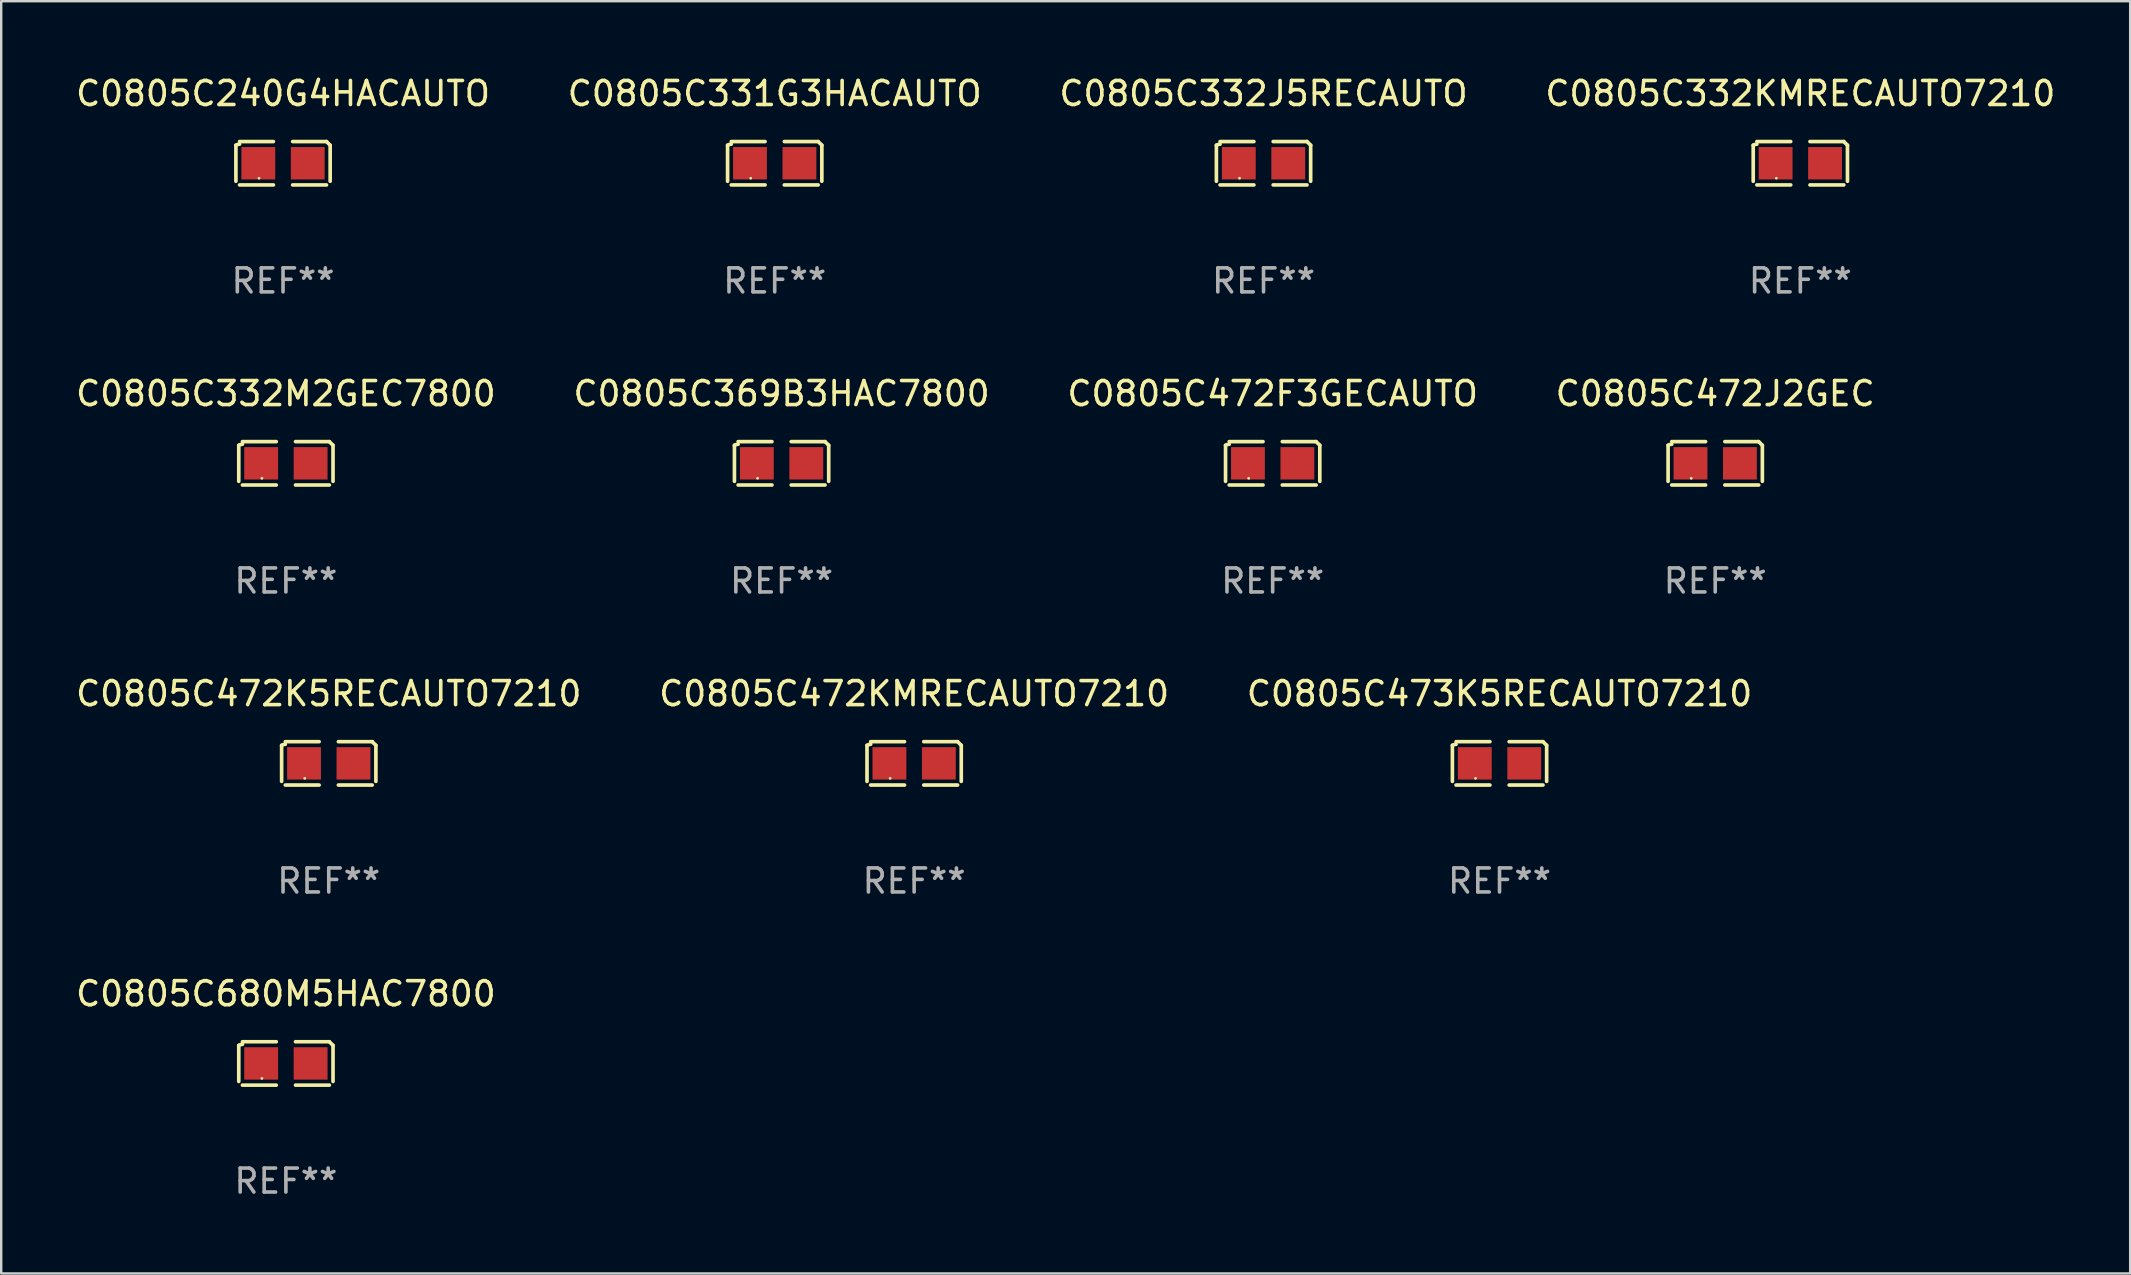
<source format=kicad_pcb>
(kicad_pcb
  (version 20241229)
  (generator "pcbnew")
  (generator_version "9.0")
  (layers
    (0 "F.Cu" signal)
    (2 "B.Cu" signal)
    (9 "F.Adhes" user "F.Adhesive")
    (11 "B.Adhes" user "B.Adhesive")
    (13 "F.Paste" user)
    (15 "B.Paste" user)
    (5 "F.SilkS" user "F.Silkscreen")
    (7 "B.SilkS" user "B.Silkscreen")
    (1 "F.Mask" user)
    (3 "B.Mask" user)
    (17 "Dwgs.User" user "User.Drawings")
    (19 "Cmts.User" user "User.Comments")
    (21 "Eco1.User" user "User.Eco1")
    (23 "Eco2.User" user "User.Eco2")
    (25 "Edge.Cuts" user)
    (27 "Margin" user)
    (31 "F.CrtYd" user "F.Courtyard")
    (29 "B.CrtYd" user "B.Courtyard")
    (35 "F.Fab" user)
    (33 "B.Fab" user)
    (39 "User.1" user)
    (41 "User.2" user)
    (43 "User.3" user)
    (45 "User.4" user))
  (footprint "C0805C331G3HACAUTO"
    (layer "F.Cu")
    (at 29.232 3.752)
    (property "Reference" "C0805C331G3HACAUTO" (at 0 -2.904 0) (layer "F.SilkS") (effects (font (size 1 1) (thickness 0.15))))
    (attr through_hole)
    (fp_line (start -1.964 0.751) (end -1.964 -0.751) (stroke (width 0.152) (type solid)) (layer "F.SilkS"))
    (fp_line (start -1.811 -0.904) (end -0.401 -0.904) (stroke (width 0.152) (type solid)) (layer "F.SilkS"))
    (fp_line (start -0.401 0.904) (end -1.811 0.904) (stroke (width 0.152) (type solid)) (layer "F.SilkS"))
    (fp_line (start 0.401 0.904) (end 1.811 0.904) (stroke (width 0.152) (type solid)) (layer "F.SilkS"))
    (fp_line (start 1.811 -0.904) (end 0.401 -0.904) (stroke (width 0.152) (type solid)) (layer "F.SilkS"))
    (fp_line (start 1.964 0.751) (end 1.964 -0.751) (stroke (width 0.152) (type solid)) (layer "F.SilkS"))
    (fp_arc (start -1.963602 -0.751207) (mid -1.890354 -0.783131) (end -1.811201 -0.794044) (stroke (width 0.1524) (type solid)) (layer "F.SilkS"))
    (fp_arc (start 1.811202 -0.903607) (mid 1.887413 -0.827418) (end 1.963602 -0.751207) (stroke (width 0.1524) (type solid)) (layer "F.SilkS"))
    (fp_circle (center -1 0.625) (end -0.97 0.625) (stroke (width 0.06) (type solid)) (fill no) (layer "F.SilkS"))
    (fp_text user "REF**" (at 0 4.904 0) (layer "F.Fab") (effects (font (size 1 1) (thickness 0.15))))
    (pad "1" smd rect (at -1.03 0) (size 1.41 1.35) (layers "F.Cu" "F.Mask" "F.Paste"))
    (pad "2" smd rect (at 1.03 0) (size 1.41 1.35) (layers "F.Cu" "F.Mask" "F.Paste")))
  (footprint "C0805C332J5RECAUTO"
    (layer "F.Cu")
    (at 49.601 3.752)
    (property "Reference" "C0805C332J5RECAUTO" (at 0 -2.904 0) (layer "F.SilkS") (effects (font (size 1 1) (thickness 0.15))))
    (attr through_hole)
    (fp_line (start -1.964 0.751) (end -1.964 -0.751) (stroke (width 0.152) (type solid)) (layer "F.SilkS"))
    (fp_line (start -1.811 -0.904) (end -0.401 -0.904) (stroke (width 0.152) (type solid)) (layer "F.SilkS"))
    (fp_line (start -0.401 0.904) (end -1.811 0.904) (stroke (width 0.152) (type solid)) (layer "F.SilkS"))
    (fp_line (start 0.401 0.904) (end 1.811 0.904) (stroke (width 0.152) (type solid)) (layer "F.SilkS"))
    (fp_line (start 1.811 -0.904) (end 0.401 -0.904) (stroke (width 0.152) (type solid)) (layer "F.SilkS"))
    (fp_line (start 1.964 0.751) (end 1.964 -0.751) (stroke (width 0.152) (type solid)) (layer "F.SilkS"))
    (fp_arc (start -1.963602 -0.751207) (mid -1.890354 -0.783131) (end -1.811201 -0.794044) (stroke (width 0.1524) (type solid)) (layer "F.SilkS"))
    (fp_arc (start 1.811202 -0.903607) (mid 1.887413 -0.827418) (end 1.963602 -0.751207) (stroke (width 0.1524) (type solid)) (layer "F.SilkS"))
    (fp_circle (center -1 0.625) (end -0.97 0.625) (stroke (width 0.06) (type solid)) (fill no) (layer "F.SilkS"))
    (fp_text user "REF**" (at 0 4.904 0) (layer "F.Fab") (effects (font (size 1 1) (thickness 0.15))))
    (pad "1" smd rect (at -1.03 0) (size 1.41 1.35) (layers "F.Cu" "F.Mask" "F.Paste"))
    (pad "2" smd rect (at 1.03 0) (size 1.41 1.35) (layers "F.Cu" "F.Mask" "F.Paste")))
  (footprint "C0805C240G4HACAUTO"
    (layer "F.Cu")
    (at 8.744 3.752)
    (property "Reference" "C0805C240G4HACAUTO" (at 0 -2.904 0) (layer "F.SilkS") (effects (font (size 1 1) (thickness 0.15))))
    (attr through_hole)
    (fp_line (start -1.964 0.751) (end -1.964 -0.751) (stroke (width 0.152) (type solid)) (layer "F.SilkS"))
    (fp_line (start -1.811 -0.904) (end -0.401 -0.904) (stroke (width 0.152) (type solid)) (layer "F.SilkS"))
    (fp_line (start -0.401 0.904) (end -1.811 0.904) (stroke (width 0.152) (type solid)) (layer "F.SilkS"))
    (fp_line (start 0.401 0.904) (end 1.811 0.904) (stroke (width 0.152) (type solid)) (layer "F.SilkS"))
    (fp_line (start 1.811 -0.904) (end 0.401 -0.904) (stroke (width 0.152) (type solid)) (layer "F.SilkS"))
    (fp_line (start 1.964 0.751) (end 1.964 -0.751) (stroke (width 0.152) (type solid)) (layer "F.SilkS"))
    (fp_arc (start -1.963602 -0.751207) (mid -1.890354 -0.783131) (end -1.811201 -0.794044) (stroke (width 0.1524) (type solid)) (layer "F.SilkS"))
    (fp_arc (start 1.811202 -0.903607) (mid 1.887413 -0.827418) (end 1.963602 -0.751207) (stroke (width 0.1524) (type solid)) (layer "F.SilkS"))
    (fp_circle (center -1 0.625) (end -0.97 0.625) (stroke (width 0.06) (type solid)) (fill no) (layer "F.SilkS"))
    (fp_text user "REF**" (at 0 4.904 0) (layer "F.Fab") (effects (font (size 1 1) (thickness 0.15))))
    (pad "1" smd rect (at -1.03 0) (size 1.41 1.35) (layers "F.Cu" "F.Mask" "F.Paste"))
    (pad "2" smd rect (at 1.03 0) (size 1.41 1.35) (layers "F.Cu" "F.Mask" "F.Paste")))
  (footprint "C0805C369B3HAC7800"
    (layer "F.Cu")
    (at 29.518 16.256)
    (property "Reference" "C0805C369B3HAC7800" (at 0 -2.904 0) (layer "F.SilkS") (effects (font (size 1 1) (thickness 0.15))))
    (attr through_hole)
    (fp_line (start -1.964 0.751) (end -1.964 -0.751) (stroke (width 0.152) (type solid)) (layer "F.SilkS"))
    (fp_line (start -1.811 -0.904) (end -0.401 -0.904) (stroke (width 0.152) (type solid)) (layer "F.SilkS"))
    (fp_line (start -0.401 0.904) (end -1.811 0.904) (stroke (width 0.152) (type solid)) (layer "F.SilkS"))
    (fp_line (start 0.401 0.904) (end 1.811 0.904) (stroke (width 0.152) (type solid)) (layer "F.SilkS"))
    (fp_line (start 1.811 -0.904) (end 0.401 -0.904) (stroke (width 0.152) (type solid)) (layer "F.SilkS"))
    (fp_line (start 1.964 0.751) (end 1.964 -0.751) (stroke (width 0.152) (type solid)) (layer "F.SilkS"))
    (fp_arc (start -1.963602 -0.751207) (mid -1.890354 -0.783131) (end -1.811201 -0.794044) (stroke (width 0.1524) (type solid)) (layer "F.SilkS"))
    (fp_arc (start 1.811202 -0.903607) (mid 1.887413 -0.827418) (end 1.963602 -0.751207) (stroke (width 0.1524) (type solid)) (layer "F.SilkS"))
    (fp_circle (center -1 0.625) (end -0.97 0.625) (stroke (width 0.06) (type solid)) (fill no) (layer "F.SilkS"))
    (fp_text user "REF**" (at 0 4.904 0) (layer "F.Fab") (effects (font (size 1 1) (thickness 0.15))))
    (pad "1" smd rect (at -1.03 0) (size 1.41 1.35) (layers "F.Cu" "F.Mask" "F.Paste"))
    (pad "2" smd rect (at 1.03 0) (size 1.41 1.35) (layers "F.Cu" "F.Mask" "F.Paste")))
  (footprint "C0805C472F3GECAUTO"
    (layer "F.Cu")
    (at 49.982 16.256)
    (property "Reference" "C0805C472F3GECAUTO" (at 0 -2.904 0) (layer "F.SilkS") (effects (font (size 1 1) (thickness 0.15))))
    (attr through_hole)
    (fp_line (start -1.964 0.751) (end -1.964 -0.751) (stroke (width 0.152) (type solid)) (layer "F.SilkS"))
    (fp_line (start -1.811 -0.904) (end -0.401 -0.904) (stroke (width 0.152) (type solid)) (layer "F.SilkS"))
    (fp_line (start -0.401 0.904) (end -1.811 0.904) (stroke (width 0.152) (type solid)) (layer "F.SilkS"))
    (fp_line (start 0.401 0.904) (end 1.811 0.904) (stroke (width 0.152) (type solid)) (layer "F.SilkS"))
    (fp_line (start 1.811 -0.904) (end 0.401 -0.904) (stroke (width 0.152) (type solid)) (layer "F.SilkS"))
    (fp_line (start 1.964 0.751) (end 1.964 -0.751) (stroke (width 0.152) (type solid)) (layer "F.SilkS"))
    (fp_arc (start -1.963602 -0.751207) (mid -1.890354 -0.783131) (end -1.811201 -0.794044) (stroke (width 0.1524) (type solid)) (layer "F.SilkS"))
    (fp_arc (start 1.811202 -0.903607) (mid 1.887413 -0.827418) (end 1.963602 -0.751207) (stroke (width 0.1524) (type solid)) (layer "F.SilkS"))
    (fp_circle (center -1 0.625) (end -0.97 0.625) (stroke (width 0.06) (type solid)) (fill no) (layer "F.SilkS"))
    (fp_text user "REF**" (at 0 4.904 0) (layer "F.Fab") (effects (font (size 1 1) (thickness 0.15))))
    (pad "1" smd rect (at -1.03 0) (size 1.41 1.35) (layers "F.Cu" "F.Mask" "F.Paste"))
    (pad "2" smd rect (at 1.03 0) (size 1.41 1.35) (layers "F.Cu" "F.Mask" "F.Paste")))
  (footprint "C0805C472KMRECAUTO7210"
    (layer "F.Cu")
    (at 35.042 28.759)
    (property "Reference" "C0805C472KMRECAUTO7210" (at 0 -2.904 0) (layer "F.SilkS") (effects (font (size 1 1) (thickness 0.15))))
    (attr through_hole)
    (fp_line (start -1.964 0.751) (end -1.964 -0.751) (stroke (width 0.152) (type solid)) (layer "F.SilkS"))
    (fp_line (start -1.811 -0.904) (end -0.401 -0.904) (stroke (width 0.152) (type solid)) (layer "F.SilkS"))
    (fp_line (start -0.401 0.904) (end -1.811 0.904) (stroke (width 0.152) (type solid)) (layer "F.SilkS"))
    (fp_line (start 0.401 0.904) (end 1.811 0.904) (stroke (width 0.152) (type solid)) (layer "F.SilkS"))
    (fp_line (start 1.811 -0.904) (end 0.401 -0.904) (stroke (width 0.152) (type solid)) (layer "F.SilkS"))
    (fp_line (start 1.964 0.751) (end 1.964 -0.751) (stroke (width 0.152) (type solid)) (layer "F.SilkS"))
    (fp_arc (start -1.963602 -0.751207) (mid -1.890354 -0.783131) (end -1.811201 -0.794044) (stroke (width 0.1524) (type solid)) (layer "F.SilkS"))
    (fp_arc (start 1.811202 -0.903607) (mid 1.887413 -0.827418) (end 1.963602 -0.751207) (stroke (width 0.1524) (type solid)) (layer "F.SilkS"))
    (fp_circle (center -1 0.625) (end -0.97 0.625) (stroke (width 0.06) (type solid)) (fill no) (layer "F.SilkS"))
    (fp_text user "REF**" (at 0 4.904 0) (layer "F.Fab") (effects (font (size 1 1) (thickness 0.15))))
    (pad "1" smd rect (at -1.03 0) (size 1.41 1.35) (layers "F.Cu" "F.Mask" "F.Paste"))
    (pad "2" smd rect (at 1.03 0) (size 1.41 1.35) (layers "F.Cu" "F.Mask" "F.Paste")))
  (footprint "C0805C332KMRECAUTO7210"
    (layer "F.Cu")
    (at 71.97 3.752)
    (property "Reference" "C0805C332KMRECAUTO7210" (at 0 -2.904 0) (layer "F.SilkS") (effects (font (size 1 1) (thickness 0.15))))
    (attr through_hole)
    (fp_line (start -1.964 0.751) (end -1.964 -0.751) (stroke (width 0.152) (type solid)) (layer "F.SilkS"))
    (fp_line (start -1.811 -0.904) (end -0.401 -0.904) (stroke (width 0.152) (type solid)) (layer "F.SilkS"))
    (fp_line (start -0.401 0.904) (end -1.811 0.904) (stroke (width 0.152) (type solid)) (layer "F.SilkS"))
    (fp_line (start 0.401 0.904) (end 1.811 0.904) (stroke (width 0.152) (type solid)) (layer "F.SilkS"))
    (fp_line (start 1.811 -0.904) (end 0.401 -0.904) (stroke (width 0.152) (type solid)) (layer "F.SilkS"))
    (fp_line (start 1.964 0.751) (end 1.964 -0.751) (stroke (width 0.152) (type solid)) (layer "F.SilkS"))
    (fp_arc (start -1.963602 -0.751207) (mid -1.890354 -0.783131) (end -1.811201 -0.794044) (stroke (width 0.1524) (type solid)) (layer "F.SilkS"))
    (fp_arc (start 1.811202 -0.903607) (mid 1.887413 -0.827418) (end 1.963602 -0.751207) (stroke (width 0.1524) (type solid)) (layer "F.SilkS"))
    (fp_circle (center -1 0.625) (end -0.97 0.625) (stroke (width 0.06) (type solid)) (fill no) (layer "F.SilkS"))
    (fp_text user "REF**" (at 0 4.904 0) (layer "F.Fab") (effects (font (size 1 1) (thickness 0.15))))
    (pad "1" smd rect (at -1.03 0) (size 1.41 1.35) (layers "F.Cu" "F.Mask" "F.Paste"))
    (pad "2" smd rect (at 1.03 0) (size 1.41 1.35) (layers "F.Cu" "F.Mask" "F.Paste")))
  (footprint "C0805C473K5RECAUTO7210"
    (layer "F.Cu")
    (at 59.435 28.759)
    (property "Reference" "C0805C473K5RECAUTO7210" (at 0 -2.904 0) (layer "F.SilkS") (effects (font (size 1 1) (thickness 0.15))))
    (attr through_hole)
    (fp_line (start -1.964 0.751) (end -1.964 -0.751) (stroke (width 0.152) (type solid)) (layer "F.SilkS"))
    (fp_line (start -1.811 -0.904) (end -0.401 -0.904) (stroke (width 0.152) (type solid)) (layer "F.SilkS"))
    (fp_line (start -0.401 0.904) (end -1.811 0.904) (stroke (width 0.152) (type solid)) (layer "F.SilkS"))
    (fp_line (start 0.401 0.904) (end 1.811 0.904) (stroke (width 0.152) (type solid)) (layer "F.SilkS"))
    (fp_line (start 1.811 -0.904) (end 0.401 -0.904) (stroke (width 0.152) (type solid)) (layer "F.SilkS"))
    (fp_line (start 1.964 0.751) (end 1.964 -0.751) (stroke (width 0.152) (type solid)) (layer "F.SilkS"))
    (fp_arc (start -1.963602 -0.751207) (mid -1.890354 -0.783131) (end -1.811201 -0.794044) (stroke (width 0.1524) (type solid)) (layer "F.SilkS"))
    (fp_arc (start 1.811202 -0.903607) (mid 1.887413 -0.827418) (end 1.963602 -0.751207) (stroke (width 0.1524) (type solid)) (layer "F.SilkS"))
    (fp_circle (center -1 0.625) (end -0.97 0.625) (stroke (width 0.06) (type solid)) (fill no) (layer "F.SilkS"))
    (fp_text user "REF**" (at 0 4.904 0) (layer "F.Fab") (effects (font (size 1 1) (thickness 0.15))))
    (pad "1" smd rect (at -1.03 0) (size 1.41 1.35) (layers "F.Cu" "F.Mask" "F.Paste"))
    (pad "2" smd rect (at 1.03 0) (size 1.41 1.35) (layers "F.Cu" "F.Mask" "F.Paste")))
  (footprint "C0805C680M5HAC7800"
    (layer "F.Cu")
    (at 8.863 41.263)
    (property "Reference" "C0805C680M5HAC7800" (at 0 -2.904 0) (layer "F.SilkS") (effects (font (size 1 1) (thickness 0.15))))
    (attr through_hole)
    (fp_line (start -1.964 0.751) (end -1.964 -0.751) (stroke (width 0.152) (type solid)) (layer "F.SilkS"))
    (fp_line (start -1.811 -0.904) (end -0.401 -0.904) (stroke (width 0.152) (type solid)) (layer "F.SilkS"))
    (fp_line (start -0.401 0.904) (end -1.811 0.904) (stroke (width 0.152) (type solid)) (layer "F.SilkS"))
    (fp_line (start 0.401 0.904) (end 1.811 0.904) (stroke (width 0.152) (type solid)) (layer "F.SilkS"))
    (fp_line (start 1.811 -0.904) (end 0.401 -0.904) (stroke (width 0.152) (type solid)) (layer "F.SilkS"))
    (fp_line (start 1.964 0.751) (end 1.964 -0.751) (stroke (width 0.152) (type solid)) (layer "F.SilkS"))
    (fp_arc (start -1.963602 -0.751207) (mid -1.890354 -0.783131) (end -1.811201 -0.794044) (stroke (width 0.1524) (type solid)) (layer "F.SilkS"))
    (fp_arc (start 1.811202 -0.903607) (mid 1.887413 -0.827418) (end 1.963602 -0.751207) (stroke (width 0.1524) (type solid)) (layer "F.SilkS"))
    (fp_circle (center -1 0.625) (end -0.97 0.625) (stroke (width 0.06) (type solid)) (fill no) (layer "F.SilkS"))
    (fp_text user "REF**" (at 0 4.904 0) (layer "F.Fab") (effects (font (size 1 1) (thickness 0.15))))
    (pad "1" smd rect (at -1.03 0) (size 1.41 1.35) (layers "F.Cu" "F.Mask" "F.Paste"))
    (pad "2" smd rect (at 1.03 0) (size 1.41 1.35) (layers "F.Cu" "F.Mask" "F.Paste")))
  (footprint "C0805C332M2GEC7800"
    (layer "F.Cu")
    (at 8.863 16.256)
    (property "Reference" "C0805C332M2GEC7800" (at 0 -2.904 0) (layer "F.SilkS") (effects (font (size 1 1) (thickness 0.15))))
    (attr through_hole)
    (fp_line (start -1.964 0.751) (end -1.964 -0.751) (stroke (width 0.152) (type solid)) (layer "F.SilkS"))
    (fp_line (start -1.811 -0.904) (end -0.401 -0.904) (stroke (width 0.152) (type solid)) (layer "F.SilkS"))
    (fp_line (start -0.401 0.904) (end -1.811 0.904) (stroke (width 0.152) (type solid)) (layer "F.SilkS"))
    (fp_line (start 0.401 0.904) (end 1.811 0.904) (stroke (width 0.152) (type solid)) (layer "F.SilkS"))
    (fp_line (start 1.811 -0.904) (end 0.401 -0.904) (stroke (width 0.152) (type solid)) (layer "F.SilkS"))
    (fp_line (start 1.964 0.751) (end 1.964 -0.751) (stroke (width 0.152) (type solid)) (layer "F.SilkS"))
    (fp_arc (start -1.963602 -0.751207) (mid -1.890354 -0.783131) (end -1.811201 -0.794044) (stroke (width 0.1524) (type solid)) (layer "F.SilkS"))
    (fp_arc (start 1.811202 -0.903607) (mid 1.887413 -0.827418) (end 1.963602 -0.751207) (stroke (width 0.1524) (type solid)) (layer "F.SilkS"))
    (fp_circle (center -1 0.625) (end -0.97 0.625) (stroke (width 0.06) (type solid)) (fill no) (layer "F.SilkS"))
    (fp_text user "REF**" (at 0 4.904 0) (layer "F.Fab") (effects (font (size 1 1) (thickness 0.15))))
    (pad "1" smd rect (at -1.03 0) (size 1.41 1.35) (layers "F.Cu" "F.Mask" "F.Paste"))
    (pad "2" smd rect (at 1.03 0) (size 1.41 1.35) (layers "F.Cu" "F.Mask" "F.Paste")))
  (footprint "C0805C472K5RECAUTO7210"
    (layer "F.Cu")
    (at 10.649 28.759)
    (property "Reference" "C0805C472K5RECAUTO7210" (at 0 -2.904 0) (layer "F.SilkS") (effects (font (size 1 1) (thickness 0.15))))
    (attr through_hole)
    (fp_line (start -1.964 0.751) (end -1.964 -0.751) (stroke (width 0.152) (type solid)) (layer "F.SilkS"))
    (fp_line (start -1.811 -0.904) (end -0.401 -0.904) (stroke (width 0.152) (type solid)) (layer "F.SilkS"))
    (fp_line (start -0.401 0.904) (end -1.811 0.904) (stroke (width 0.152) (type solid)) (layer "F.SilkS"))
    (fp_line (start 0.401 0.904) (end 1.811 0.904) (stroke (width 0.152) (type solid)) (layer "F.SilkS"))
    (fp_line (start 1.811 -0.904) (end 0.401 -0.904) (stroke (width 0.152) (type solid)) (layer "F.SilkS"))
    (fp_line (start 1.964 0.751) (end 1.964 -0.751) (stroke (width 0.152) (type solid)) (layer "F.SilkS"))
    (fp_arc (start -1.963602 -0.751207) (mid -1.890354 -0.783131) (end -1.811201 -0.794044) (stroke (width 0.1524) (type solid)) (layer "F.SilkS"))
    (fp_arc (start 1.811202 -0.903607) (mid 1.887413 -0.827418) (end 1.963602 -0.751207) (stroke (width 0.1524) (type solid)) (layer "F.SilkS"))
    (fp_circle (center -1 0.625) (end -0.97 0.625) (stroke (width 0.06) (type solid)) (fill no) (layer "F.SilkS"))
    (fp_text user "REF**" (at 0 4.904 0) (layer "F.Fab") (effects (font (size 1 1) (thickness 0.15))))
    (pad "1" smd rect (at -1.03 0) (size 1.41 1.35) (layers "F.Cu" "F.Mask" "F.Paste"))
    (pad "2" smd rect (at 1.03 0) (size 1.41 1.35) (layers "F.Cu" "F.Mask" "F.Paste")))
  (footprint "C0805C472J2GEC"
    (layer "F.Cu")
    (at 68.423 16.256)
    (property "Reference" "C0805C472J2GEC" (at 0 -2.904 0) (layer "F.SilkS") (effects (font (size 1 1) (thickness 0.15))))
    (attr through_hole)
    (fp_line (start -1.964 0.751) (end -1.964 -0.751) (stroke (width 0.152) (type solid)) (layer "F.SilkS"))
    (fp_line (start -1.811 -0.904) (end -0.401 -0.904) (stroke (width 0.152) (type solid)) (layer "F.SilkS"))
    (fp_line (start -0.401 0.904) (end -1.811 0.904) (stroke (width 0.152) (type solid)) (layer "F.SilkS"))
    (fp_line (start 0.401 0.904) (end 1.811 0.904) (stroke (width 0.152) (type solid)) (layer "F.SilkS"))
    (fp_line (start 1.811 -0.904) (end 0.401 -0.904) (stroke (width 0.152) (type solid)) (layer "F.SilkS"))
    (fp_line (start 1.964 0.751) (end 1.964 -0.751) (stroke (width 0.152) (type solid)) (layer "F.SilkS"))
    (fp_arc (start -1.963602 -0.751207) (mid -1.890354 -0.783131) (end -1.811201 -0.794044) (stroke (width 0.1524) (type solid)) (layer "F.SilkS"))
    (fp_arc (start 1.811202 -0.903607) (mid 1.887413 -0.827418) (end 1.963602 -0.751207) (stroke (width 0.1524) (type solid)) (layer "F.SilkS"))
    (fp_circle (center -1 0.625) (end -0.97 0.625) (stroke (width 0.06) (type solid)) (fill no) (layer "F.SilkS"))
    (fp_text user "REF**" (at 0 4.904 0) (layer "F.Fab") (effects (font (size 1 1) (thickness 0.15))))
    (pad "1" smd rect (at -1.03 0) (size 1.41 1.35) (layers "F.Cu" "F.Mask" "F.Paste"))
    (pad "2" smd rect (at 1.03 0) (size 1.41 1.35) (layers "F.Cu" "F.Mask" "F.Paste")))
  (gr_rect
    (start -3 -3)
    (end 85.714 50.015)
    (stroke (width 0.1) (type default))
    (fill no)
    (layer "Edge.Cuts")))
</source>
